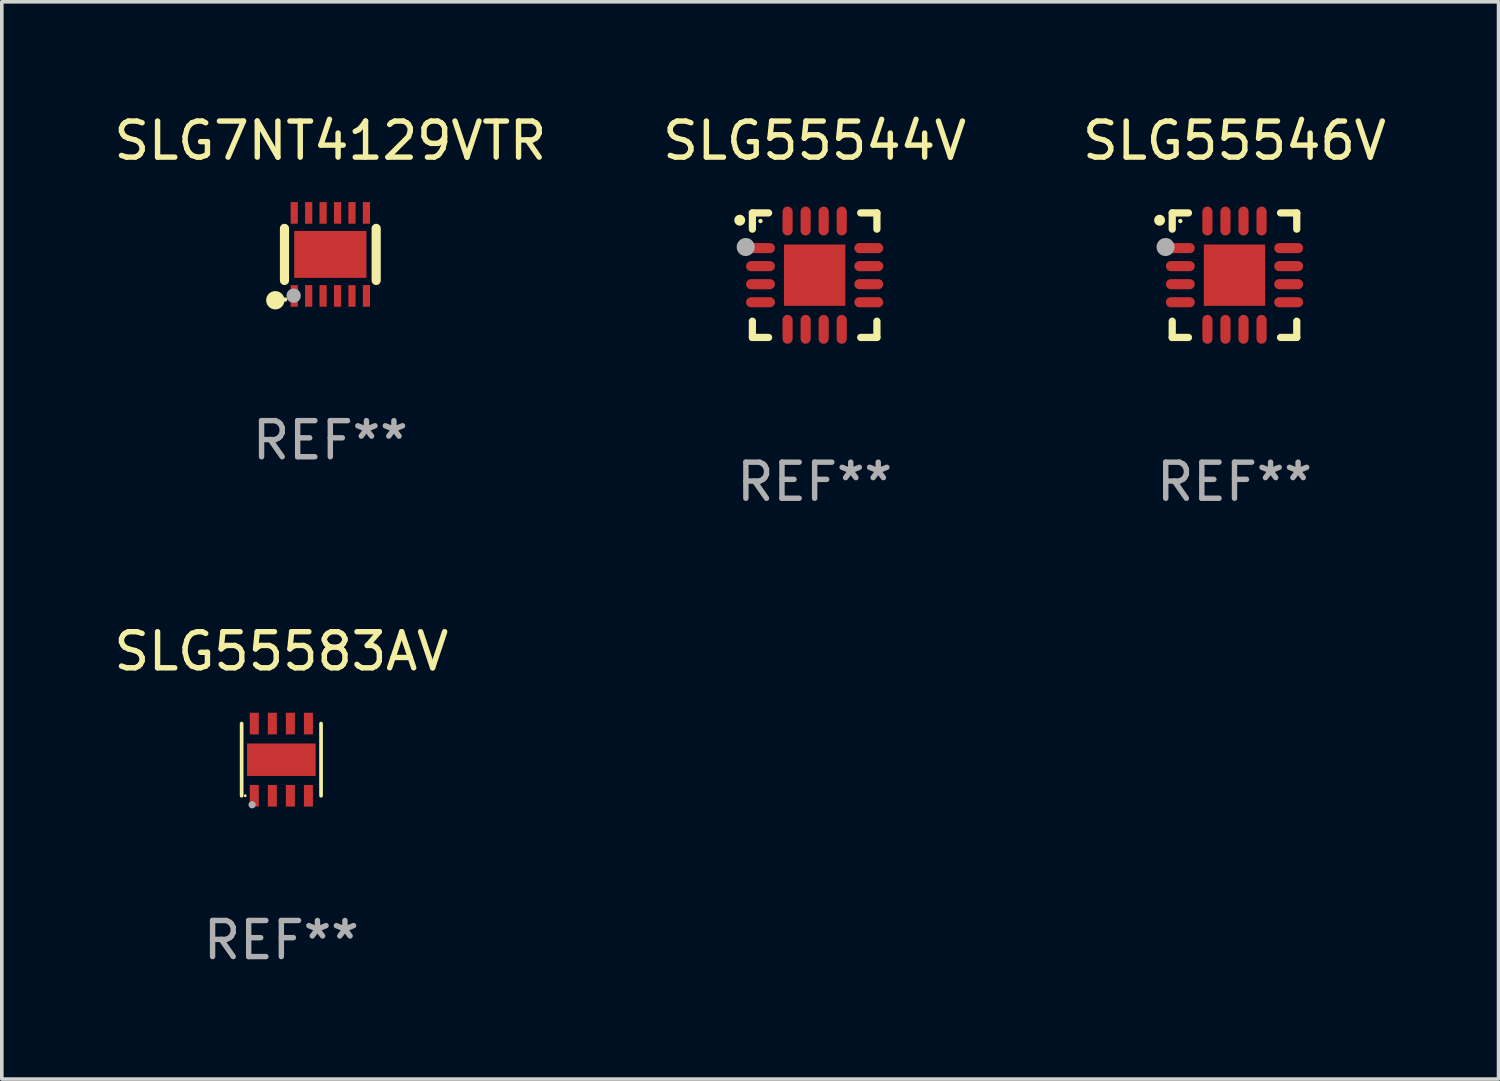
<source format=kicad_pcb>
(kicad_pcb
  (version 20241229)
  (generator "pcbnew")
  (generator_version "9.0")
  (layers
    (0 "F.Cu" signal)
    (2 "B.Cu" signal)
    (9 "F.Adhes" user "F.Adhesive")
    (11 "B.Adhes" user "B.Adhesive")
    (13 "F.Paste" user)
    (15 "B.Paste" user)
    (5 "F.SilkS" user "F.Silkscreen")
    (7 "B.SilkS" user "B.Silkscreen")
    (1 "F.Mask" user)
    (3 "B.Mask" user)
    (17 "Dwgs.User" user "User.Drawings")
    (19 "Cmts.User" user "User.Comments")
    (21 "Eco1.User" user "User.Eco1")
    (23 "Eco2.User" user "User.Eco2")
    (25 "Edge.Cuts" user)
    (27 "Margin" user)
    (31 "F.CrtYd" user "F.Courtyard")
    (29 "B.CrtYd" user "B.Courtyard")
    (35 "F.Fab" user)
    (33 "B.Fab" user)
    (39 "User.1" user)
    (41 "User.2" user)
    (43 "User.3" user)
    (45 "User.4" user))
  (footprint "SLG7NT4129VTR"
    (layer "F.Cu")
    (at 6.101 3.998)
    (property "Reference" "SLG7NT4129VTR" (at 0 -3.15 0) (layer "F.SilkS") (effects (font (size 1 1) (thickness 0.15))))
    (attr through_hole)
    (fp_line (start -1.27 0.721) (end -1.27 -0.721) (stroke (width 0.254) (type solid)) (layer "F.SilkS"))
    (fp_line (start 1.27 -0.721) (end 1.27 0.721) (stroke (width 0.254) (type solid)) (layer "F.SilkS"))
    (fp_circle (center -1.524 1.27) (end -1.397 1.27) (stroke (width 0.254) (type solid)) (fill no) (layer "F.SilkS"))
    (fp_circle (center -1.25 1.25) (end -1.22 1.25) (stroke (width 0.06) (type solid)) (fill no) (layer "F.SilkS"))
    (fp_circle (center -1.016 1.143) (end -0.916 1.143) (stroke (width 0.2) (type solid)) (fill no) (layer "F.Fab"))
    (fp_text user "REF**" (at 0 5.15 0) (layer "F.Fab") (effects (font (size 1 1) (thickness 0.15))))
    (pad "1" smd rect (at -1 1.15) (size 0.2 0.6) (layers "F.Cu" "F.Mask" "F.Paste"))
    (pad "2" smd rect (at -0.6 1.15) (size 0.2 0.6) (layers "F.Cu" "F.Mask" "F.Paste"))
    (pad "3" smd rect (at -0.2 1.15) (size 0.2 0.6) (layers "F.Cu" "F.Mask" "F.Paste"))
    (pad "4" smd rect (at 0.2 1.15) (size 0.2 0.6) (layers "F.Cu" "F.Mask" "F.Paste"))
    (pad "5" smd rect (at 0.6 1.15) (size 0.2 0.6) (layers "F.Cu" "F.Mask" "F.Paste"))
    (pad "6" smd rect (at 1 1.15) (size 0.2 0.6) (layers "F.Cu" "F.Mask" "F.Paste"))
    (pad "7" smd rect (at 1 -1.15) (size 0.2 0.6) (layers "F.Cu" "F.Mask" "F.Paste"))
    (pad "8" smd rect (at 0.6 -1.15) (size 0.2 0.6) (layers "F.Cu" "F.Mask" "F.Paste"))
    (pad "9" smd rect (at 0.2 -1.15) (size 0.2 0.6) (layers "F.Cu" "F.Mask" "F.Paste"))
    (pad "10" smd rect (at -0.2 -1.15) (size 0.2 0.6) (layers "F.Cu" "F.Mask" "F.Paste"))
    (pad "11" smd rect (at -0.6 -1.15) (size 0.2 0.6) (layers "F.Cu" "F.Mask" "F.Paste"))
    (pad "12" smd rect (at -1 -1.15) (size 0.2 0.6) (layers "F.Cu" "F.Mask" "F.Paste"))
    (pad "13" smd rect (at 0 0.000127) (size 2 1.3) (layers "F.Cu" "F.Mask" "F.Paste")))
  (footprint "SLG55544V"
    (layer "F.Cu")
    (at 19.518 4.573)
    (property "Reference" "SLG55544V" (at 0 -3.725 0) (layer "F.SilkS") (effects (font (size 1 1) (thickness 0.15))))
    (attr through_hole)
    (fp_line (start -1.725 -1.725) (end -1.275 -1.725) (stroke (width 0.2) (type solid)) (layer "F.SilkS"))
    (fp_line (start -1.725 -1.275) (end -1.725 -1.725) (stroke (width 0.2) (type solid)) (layer "F.SilkS"))
    (fp_line (start -1.725 1.725) (end -1.725 1.275) (stroke (width 0.2) (type solid)) (layer "F.SilkS"))
    (fp_line (start -1.275 1.725) (end -1.725 1.725) (stroke (width 0.2) (type solid)) (layer "F.SilkS"))
    (fp_line (start 1.275 -1.725) (end 1.725 -1.725) (stroke (width 0.2) (type solid)) (layer "F.SilkS"))
    (fp_line (start 1.275 1.725) (end 1.725 1.725) (stroke (width 0.2) (type solid)) (layer "F.SilkS"))
    (fp_line (start 1.725 -1.725) (end 1.725 -1.275) (stroke (width 0.2) (type solid)) (layer "F.SilkS"))
    (fp_line (start 1.725 1.725) (end 1.725 1.275) (stroke (width 0.2) (type solid)) (layer "F.SilkS"))
    (fp_arc (start -2.075184 -1.521463) (mid -2.075189 -1.522733) (end -2.075184 -1.524003) (stroke (width 0.3) (type solid)) (layer "F.SilkS"))
    (fp_circle (center -1.5 -1.5) (end -1.47 -1.5) (stroke (width 0.06) (type solid)) (fill no) (layer "F.SilkS"))
    (fp_circle (center -1.91 -0.78) (end -1.785 -0.78) (stroke (width 0.25) (type solid)) (fill no) (layer "F.Fab"))
    (fp_text user "REF**" (at 0 5.725 0) (layer "F.Fab") (effects (font (size 1 1) (thickness 0.15))))
    (pad "1" smd oval (at -1.5 -0.75) (size 0.8 0.28) (layers "F.Cu" "F.Mask" "F.Paste"))
    (pad "2" smd oval (at -1.5 -0.25) (size 0.8 0.28) (layers "F.Cu" "F.Mask" "F.Paste"))
    (pad "3" smd oval (at -1.5 0.25) (size 0.8 0.28) (layers "F.Cu" "F.Mask" "F.Paste"))
    (pad "4" smd oval (at -1.5 0.75) (size 0.8 0.28) (layers "F.Cu" "F.Mask" "F.Paste"))
    (pad "5" smd oval (at -0.75 1.5) (size 0.28 0.8) (layers "F.Cu" "F.Mask" "F.Paste"))
    (pad "6" smd oval (at -0.25 1.5) (size 0.28 0.8) (layers "F.Cu" "F.Mask" "F.Paste"))
    (pad "7" smd oval (at 0.25 1.5) (size 0.28 0.8) (layers "F.Cu" "F.Mask" "F.Paste"))
    (pad "8" smd oval (at 0.75 1.5) (size 0.28 0.8) (layers "F.Cu" "F.Mask" "F.Paste"))
    (pad "9" smd oval (at 1.5 0.75) (size 0.8 0.28) (layers "F.Cu" "F.Mask" "F.Paste"))
    (pad "10" smd oval (at 1.5 0.25) (size 0.8 0.28) (layers "F.Cu" "F.Mask" "F.Paste"))
    (pad "11" smd oval (at 1.5 -0.25) (size 0.8 0.28) (layers "F.Cu" "F.Mask" "F.Paste"))
    (pad "12" smd oval (at 1.5 -0.75) (size 0.8 0.28) (layers "F.Cu" "F.Mask" "F.Paste"))
    (pad "13" smd oval (at 0.75 -1.5) (size 0.28 0.8) (layers "F.Cu" "F.Mask" "F.Paste"))
    (pad "14" smd oval (at 0.25 -1.5) (size 0.28 0.8) (layers "F.Cu" "F.Mask" "F.Paste"))
    (pad "15" smd oval (at -0.25 -1.5) (size 0.28 0.8) (layers "F.Cu" "F.Mask" "F.Paste"))
    (pad "16" smd oval (at -0.75 -1.5) (size 0.28 0.8) (layers "F.Cu" "F.Mask" "F.Paste"))
    (pad "17" smd rect (at 0.000076 0.000076) (size 1.7 1.7) (layers "F.Cu" "F.Mask" "F.Paste")))
  (footprint "SLG55583AV"
    (layer "F.Cu")
    (at 4.744 17.995)
    (property "Reference" "SLG55583AV" (at 0 -3 0) (layer "F.SilkS") (effects (font (size 1 1) (thickness 0.15))))
    (attr through_hole)
    (fp_line (start -1.1 1) (end -1.1 -1) (stroke (width 0.102) (type solid)) (layer "F.SilkS"))
    (fp_line (start 1.1 1) (end 1.1 -1) (stroke (width 0.102) (type solid)) (layer "F.SilkS"))
    (fp_circle (center -1 1) (end -0.98 1) (stroke (width 0.04) (type solid)) (fill no) (layer "F.SilkS"))
    (fp_circle (center -0.81 1.25) (end -0.76 1.25) (stroke (width 0.1) (type solid)) (fill no) (layer "F.Fab"))
    (fp_text user "REF**" (at 0 5 0) (layer "F.Fab") (effects (font (size 1 1) (thickness 0.15))))
    (pad "1" smd rect (at -0.75 1 90) (size 0.6 0.25) (layers "F.Cu" "F.Mask" "F.Paste"))
    (pad "2" smd rect (at -0.25 1 90) (size 0.6 0.25) (layers "F.Cu" "F.Mask" "F.Paste"))
    (pad "3" smd rect (at 0.25 1 90) (size 0.6 0.25) (layers "F.Cu" "F.Mask" "F.Paste"))
    (pad "4" smd rect (at 0.75 1 90) (size 0.6 0.25) (layers "F.Cu" "F.Mask" "F.Paste"))
    (pad "5" smd rect (at 0.75 -1 90) (size 0.6 0.25) (layers "F.Cu" "F.Mask" "F.Paste"))
    (pad "6" smd rect (at 0.25 -1 90) (size 0.6 0.25) (layers "F.Cu" "F.Mask" "F.Paste"))
    (pad "7" smd rect (at -0.25 -1 90) (size 0.6 0.25) (layers "F.Cu" "F.Mask" "F.Paste"))
    (pad "8" smd rect (at -0.75 -1 90) (size 0.6 0.25) (layers "F.Cu" "F.Mask" "F.Paste"))
    (pad "9" smd rect (at -0.000127 0.001 180) (size 1.9 0.9) (layers "F.Cu" "F.Mask" "F.Paste")))
  (footprint "SLG55546V"
    (layer "F.Cu")
    (at 31.149 4.573)
    (property "Reference" "SLG55546V" (at 0 -3.725 0) (layer "F.SilkS") (effects (font (size 1 1) (thickness 0.15))))
    (attr through_hole)
    (fp_line (start -1.725 -1.725) (end -1.275 -1.725) (stroke (width 0.2) (type solid)) (layer "F.SilkS"))
    (fp_line (start -1.725 -1.275) (end -1.725 -1.725) (stroke (width 0.2) (type solid)) (layer "F.SilkS"))
    (fp_line (start -1.725 1.725) (end -1.725 1.275) (stroke (width 0.2) (type solid)) (layer "F.SilkS"))
    (fp_line (start -1.275 1.725) (end -1.725 1.725) (stroke (width 0.2) (type solid)) (layer "F.SilkS"))
    (fp_line (start 1.275 -1.725) (end 1.725 -1.725) (stroke (width 0.2) (type solid)) (layer "F.SilkS"))
    (fp_line (start 1.275 1.725) (end 1.725 1.725) (stroke (width 0.2) (type solid)) (layer "F.SilkS"))
    (fp_line (start 1.725 -1.725) (end 1.725 -1.275) (stroke (width 0.2) (type solid)) (layer "F.SilkS"))
    (fp_line (start 1.725 1.725) (end 1.725 1.275) (stroke (width 0.2) (type solid)) (layer "F.SilkS"))
    (fp_arc (start -2.075184 -1.521463) (mid -2.075189 -1.522733) (end -2.075184 -1.524003) (stroke (width 0.3) (type solid)) (layer "F.SilkS"))
    (fp_circle (center -1.5 -1.5) (end -1.47 -1.5) (stroke (width 0.06) (type solid)) (fill no) (layer "F.SilkS"))
    (fp_circle (center -1.91 -0.78) (end -1.785 -0.78) (stroke (width 0.25) (type solid)) (fill no) (layer "F.Fab"))
    (fp_text user "REF**" (at 0 5.725 0) (layer "F.Fab") (effects (font (size 1 1) (thickness 0.15))))
    (pad "1" smd oval (at -1.5 -0.75) (size 0.8 0.28) (layers "F.Cu" "F.Mask" "F.Paste"))
    (pad "2" smd oval (at -1.5 -0.25) (size 0.8 0.28) (layers "F.Cu" "F.Mask" "F.Paste"))
    (pad "3" smd oval (at -1.5 0.25) (size 0.8 0.28) (layers "F.Cu" "F.Mask" "F.Paste"))
    (pad "4" smd oval (at -1.5 0.75) (size 0.8 0.28) (layers "F.Cu" "F.Mask" "F.Paste"))
    (pad "5" smd oval (at -0.75 1.5) (size 0.28 0.8) (layers "F.Cu" "F.Mask" "F.Paste"))
    (pad "6" smd oval (at -0.25 1.5) (size 0.28 0.8) (layers "F.Cu" "F.Mask" "F.Paste"))
    (pad "7" smd oval (at 0.25 1.5) (size 0.28 0.8) (layers "F.Cu" "F.Mask" "F.Paste"))
    (pad "8" smd oval (at 0.75 1.5) (size 0.28 0.8) (layers "F.Cu" "F.Mask" "F.Paste"))
    (pad "9" smd oval (at 1.5 0.75) (size 0.8 0.28) (layers "F.Cu" "F.Mask" "F.Paste"))
    (pad "10" smd oval (at 1.5 0.25) (size 0.8 0.28) (layers "F.Cu" "F.Mask" "F.Paste"))
    (pad "11" smd oval (at 1.5 -0.25) (size 0.8 0.28) (layers "F.Cu" "F.Mask" "F.Paste"))
    (pad "12" smd oval (at 1.5 -0.75) (size 0.8 0.28) (layers "F.Cu" "F.Mask" "F.Paste"))
    (pad "13" smd oval (at 0.75 -1.5) (size 0.28 0.8) (layers "F.Cu" "F.Mask" "F.Paste"))
    (pad "14" smd oval (at 0.25 -1.5) (size 0.28 0.8) (layers "F.Cu" "F.Mask" "F.Paste"))
    (pad "15" smd oval (at -0.25 -1.5) (size 0.28 0.8) (layers "F.Cu" "F.Mask" "F.Paste"))
    (pad "16" smd oval (at -0.75 -1.5) (size 0.28 0.8) (layers "F.Cu" "F.Mask" "F.Paste"))
    (pad "17" smd rect (at 0.000076 0.000076) (size 1.7 1.7) (layers "F.Cu" "F.Mask" "F.Paste")))
  (gr_rect
    (start -3 -3)
    (end 38.464 26.843)
    (stroke (width 0.1) (type default))
    (fill no)
    (layer "Edge.Cuts")))
</source>
